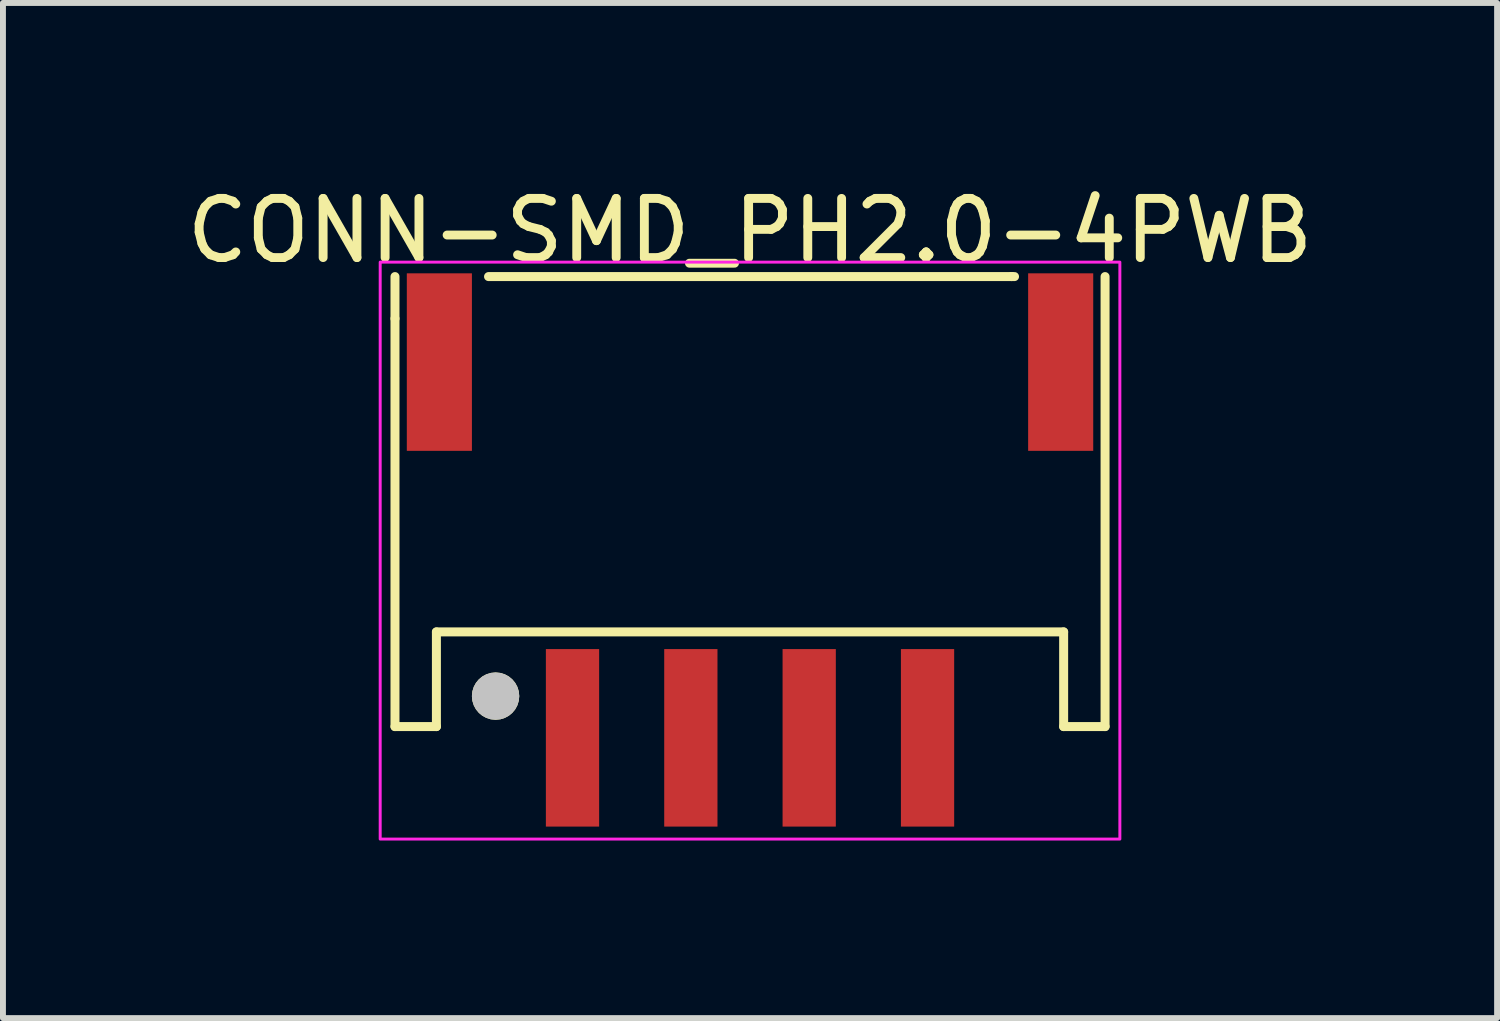
<source format=kicad_pcb>
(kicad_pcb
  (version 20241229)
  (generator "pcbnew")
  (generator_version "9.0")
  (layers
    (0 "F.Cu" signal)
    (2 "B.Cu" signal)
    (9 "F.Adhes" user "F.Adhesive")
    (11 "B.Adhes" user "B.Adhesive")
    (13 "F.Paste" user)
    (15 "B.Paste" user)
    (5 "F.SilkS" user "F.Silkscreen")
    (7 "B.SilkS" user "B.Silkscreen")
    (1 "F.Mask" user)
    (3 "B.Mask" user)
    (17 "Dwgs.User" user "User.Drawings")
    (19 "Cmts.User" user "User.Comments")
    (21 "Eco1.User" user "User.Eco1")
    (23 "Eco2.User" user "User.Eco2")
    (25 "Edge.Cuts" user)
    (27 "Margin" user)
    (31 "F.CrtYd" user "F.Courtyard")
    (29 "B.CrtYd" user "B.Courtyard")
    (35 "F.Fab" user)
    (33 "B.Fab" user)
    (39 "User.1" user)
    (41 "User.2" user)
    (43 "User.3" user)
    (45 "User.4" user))
  (footprint "CONN-SMD_PH2.0-4PWB"
    (layer "F.Cu")
    (at 9.625 4.88)
    (property "Reference" "CONN-SMD_PH2.0-4PWB" (at 0 -4.032 0) (layer "F.SilkS") (effects (font (size 1 1) (thickness 0.15))))
    (fp_line (start -6 -2.546) (end -6 -3.256) (stroke (width 0.152) (type default)) (layer "F.SilkS"))
    (fp_line (start -6 4.349) (end -6 -2.546) (stroke (width 0.152) (type default)) (layer "F.SilkS"))
    (fp_line (start -5.3 2.749) (end -5.3 4.349) (stroke (width 0.152) (type default)) (layer "F.SilkS"))
    (fp_line (start -5.3 4.349) (end -6 4.349) (stroke (width 0.152) (type default)) (layer "F.SilkS"))
    (fp_line (start 4.419 -3.256) (end -4.419 -3.256) (stroke (width 0.152) (type default)) (layer "F.SilkS"))
    (fp_line (start 4.47 -3.256) (end 4.419 -3.256) (stroke (width 0.152) (type default)) (layer "F.SilkS"))
    (fp_line (start 5.3 2.749) (end -5.3 2.749) (stroke (width 0.152) (type default)) (layer "F.SilkS"))
    (fp_line (start 5.3 4.349) (end 5.3 2.749) (stroke (width 0.152) (type default)) (layer "F.SilkS"))
    (fp_line (start 6 4.349) (end 5.3 4.349) (stroke (width 0.152) (type default)) (layer "F.SilkS"))
    (fp_line (start 6 4.349) (end 6 -3.256) (stroke (width 0.152) (type default)) (layer "F.SilkS"))
    (fp_circle (center -4.3 3.834) (end -4.1 3.834) (stroke (width 0.4) (type default)) (fill no) (layer "F.SilkS"))
    (fp_circle (center -4.3 3.834) (end -4.1 3.834) (stroke (width 0.4) (type default)) (fill no) (layer "Dwgs.User"))
    (fp_rect (start -6.25 -3.5) (end 6.25 6.25) (stroke (width 0.05) (type default)) (fill no) (layer "F.CrtYd"))
    (fp_poly (pts (xy -5.5 -3.25) (xy -5 -3.25) (xy -5 -0.75) (xy -5.5 -0.75)) (stroke (width 0.1) (type default)) (fill no) (layer "User.1"))
    (fp_poly (pts (xy 5 -3.25) (xy 5.5 -3.25) (xy 5.5 -0.75) (xy 5 -0.75)) (stroke (width 0.1) (type default)) (fill no) (layer "User.1"))
    (fp_poly (pts (xy -3.32 2.739) (xy -3.32 5.05) (xy -3.319 5.05) (xy -3.119 5.25) (xy -2.88 5.25) (xy -2.68 5.05) (xy -2.68 2.739)) (stroke (width 0.1) (type default)) (fill no) (layer "User.1"))
    (fp_poly (pts (xy -1.32 2.739) (xy -1.32 5.05) (xy -1.319 5.05) (xy -1.119 5.25) (xy -0.88 5.25) (xy -0.68 5.05) (xy -0.68 2.739)) (stroke (width 0.1) (type default)) (fill no) (layer "User.1"))
    (fp_poly (pts (xy 0.68 2.739) (xy 0.68 5.05) (xy 0.681 5.05) (xy 0.881 5.25) (xy 1.12 5.25) (xy 1.32 5.05) (xy 1.32 2.739)) (stroke (width 0.1) (type default)) (fill no) (layer "User.1"))
    (fp_poly (pts (xy 2.68 2.739) (xy 2.68 5.05) (xy 2.681 5.05) (xy 2.881 5.25) (xy 3.12 5.25) (xy 3.32 5.05) (xy 3.32 2.739)) (stroke (width 0.1) (type default)) (fill no) (layer "User.1"))
    (fp_line (start -6 -3.25) (end 6 -3.25) (stroke (width 0.051) (type default)) (layer "User.2"))
    (fp_line (start -6 4.35) (end -6 -3.25) (stroke (width 0.051) (type default)) (layer "User.2"))
    (fp_line (start -5.3 2.75) (end -5.3 4.35) (stroke (width 0.051) (type default)) (layer "User.2"))
    (fp_line (start -5.3 4.35) (end -6 4.35) (stroke (width 0.051) (type default)) (layer "User.2"))
    (fp_line (start 5.3 2.75) (end -5.3 2.75) (stroke (width 0.051) (type default)) (layer "User.2"))
    (fp_line (start 5.3 4.35) (end 5.3 2.75) (stroke (width 0.051) (type default)) (layer "User.2"))
    (fp_line (start 6 -3.25) (end 6 -3.241) (stroke (width 0.051) (type default)) (layer "User.2"))
    (fp_line (start 6 -3.241) (end 6 4.35) (stroke (width 0.051) (type default)) (layer "User.2"))
    (fp_line (start 6 4.35) (end 5.3 4.35) (stroke (width 0.051) (type default)) (layer "User.2"))
    (fp_poly (pts (xy -5.94 5.25) (xy -5.958 5.208) (xy -6 5.19) (xy -6.042 5.208) (xy -6.06 5.25) (xy -6.042 5.292) (xy -6 5.31) (xy -5.958 5.292)) (stroke (width 0.1) (type default)) (fill no) (layer "User.3"))
    (pad "1" smd rect (at -3 4.539) (size 0.9 3) (layers "F.Cu" "F.Mask" "F.Paste"))
    (pad "2" smd rect (at -1 4.539) (size 0.9 3) (layers "F.Cu" "F.Mask" "F.Paste"))
    (pad "3" smd rect (at 1 4.539) (size 0.9 3) (layers "F.Cu" "F.Mask" "F.Paste"))
    (pad "4" smd rect (at 3 4.539) (size 0.9 3) (layers "F.Cu" "F.Mask" "F.Paste"))
    (pad "5" smd rect (at 5.25 -1.811) (size 1.1 3) (layers "F.Cu" "F.Mask" "F.Paste"))
    (pad "6" smd rect (at -5.25 -1.811) (size 1.1 3) (layers "F.Cu" "F.Mask" "F.Paste")))
  (gr_rect
    (start -3 -3)
    (end 22.25 14.155)
    (stroke (width 0.1) (type default))
    (fill no)
    (layer "Edge.Cuts")))
</source>
